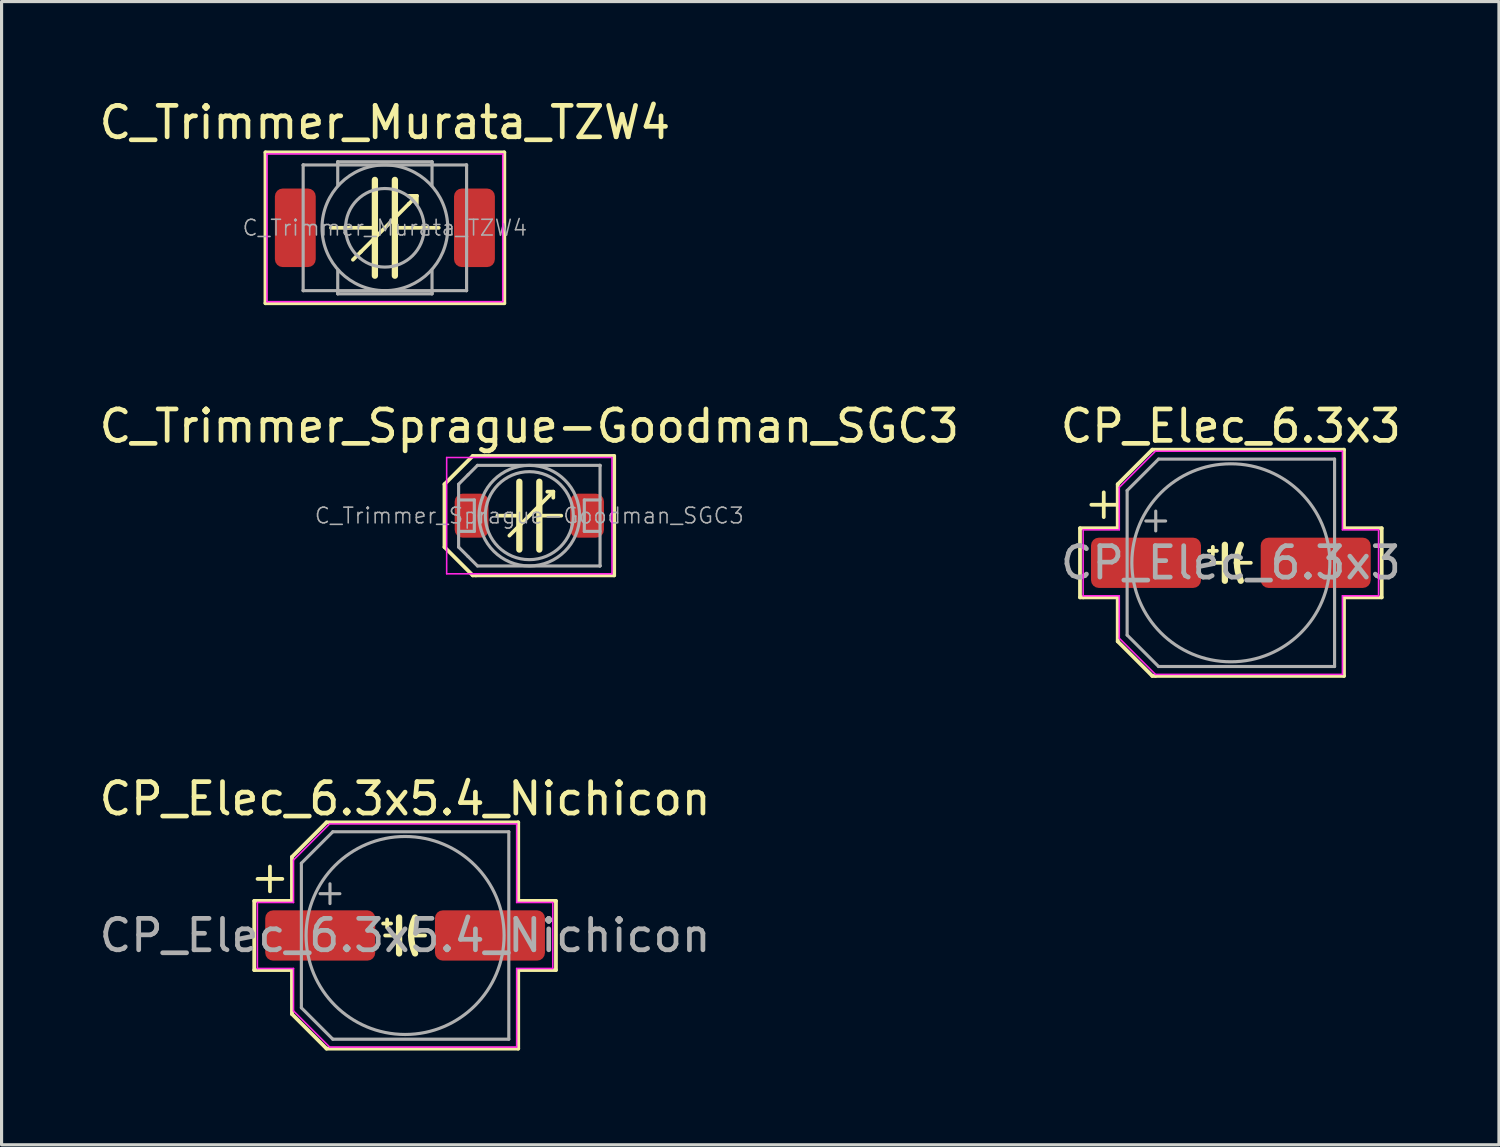
<source format=kicad_pcb>
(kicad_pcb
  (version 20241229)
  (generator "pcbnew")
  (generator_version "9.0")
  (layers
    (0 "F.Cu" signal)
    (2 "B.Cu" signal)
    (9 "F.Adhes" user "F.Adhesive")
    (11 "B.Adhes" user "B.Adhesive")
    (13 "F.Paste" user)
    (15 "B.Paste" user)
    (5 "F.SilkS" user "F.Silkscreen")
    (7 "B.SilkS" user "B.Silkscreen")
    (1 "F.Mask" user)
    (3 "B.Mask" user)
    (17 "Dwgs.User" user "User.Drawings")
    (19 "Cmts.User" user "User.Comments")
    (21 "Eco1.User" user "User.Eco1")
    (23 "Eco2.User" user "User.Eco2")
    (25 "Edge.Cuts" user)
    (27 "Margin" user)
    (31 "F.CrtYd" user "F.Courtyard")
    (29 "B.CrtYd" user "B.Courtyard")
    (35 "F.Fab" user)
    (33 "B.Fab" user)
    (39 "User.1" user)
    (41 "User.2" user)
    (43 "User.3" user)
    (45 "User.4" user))
  (footprint "C_Trimmer_Sprague-Goodman_SGC3"
    (layer "F.Cu")
    (at 13.792 13.357)
    (property "Reference" "C_Trimmer_Sprague-Goodman_SGC3" (at 0 -2.85 0) (layer "F.SilkS") (effects (font (size 1 1) (thickness 0.15))))
    (attr smd)
    (fp_line (start -2.7 -1) (end -1.8 -1.9) (stroke (width 0.12) (type solid)) (layer "F.SilkS"))
    (fp_line (start -2.7 1) (end -2.7 -1) (stroke (width 0.12) (type solid)) (layer "F.SilkS"))
    (fp_line (start -1.8 -1.9) (end 2.7 -1.9) (stroke (width 0.12) (type solid)) (layer "F.SilkS"))
    (fp_line (start -1.8 1.9) (end -2.7 1) (stroke (width 0.12) (type solid)) (layer "F.SilkS"))
    (fp_line (start -1.7 1.9) (end -1.8 1.9) (stroke (width 0.12) (type solid)) (layer "F.SilkS"))
    (fp_line (start -0.635 0.635) (end 0.762 -0.762) (stroke (width 0.12) (type solid)) (layer "F.SilkS"))
    (fp_line (start -0.318 -1.079) (end -0.318 1.079) (stroke (width 0.2) (type solid)) (layer "F.SilkS"))
    (fp_line (start -0.318 0) (end -1.016 0) (stroke (width 0.12) (type solid)) (layer "F.SilkS"))
    (fp_line (start 0.318 -1.079) (end 0.318 1.079) (stroke (width 0.2) (type solid)) (layer "F.SilkS"))
    (fp_line (start 0.762 -0.762) (end 0.572 -0.762) (stroke (width 0.12) (type solid)) (layer "F.SilkS"))
    (fp_line (start 0.762 -0.762) (end 0.762 -0.572) (stroke (width 0.12) (type solid)) (layer "F.SilkS"))
    (fp_line (start 1.016 0) (end 0.318 0) (stroke (width 0.12) (type solid)) (layer "F.SilkS"))
    (fp_line (start 2.7 -1.9) (end 2.7 1.9) (stroke (width 0.12) (type solid)) (layer "F.SilkS"))
    (fp_line (start 2.7 1.9) (end -1.7 1.9) (stroke (width 0.12) (type solid)) (layer "F.SilkS"))
    (fp_line (start -2.63 -1.85) (end -2.63 1.85) (stroke (width 0.05) (type solid)) (layer "F.CrtYd"))
    (fp_line (start -2.63 1.85) (end 2.63 1.85) (stroke (width 0.05) (type solid)) (layer "F.CrtYd"))
    (fp_line (start 2.63 -1.85) (end -2.63 -1.85) (stroke (width 0.05) (type solid)) (layer "F.CrtYd"))
    (fp_line (start 2.63 1.85) (end 2.63 -1.85) (stroke (width 0.05) (type solid)) (layer "F.CrtYd"))
    (fp_line (start -2.25 -1) (end -1.95 -1.3) (stroke (width 0.1) (type solid)) (layer "F.Fab"))
    (fp_line (start -2.25 -0.5) (end -1.75 -0.5) (stroke (width 0.1) (type solid)) (layer "F.Fab"))
    (fp_line (start -2.25 1) (end -2.25 -1) (stroke (width 0.1) (type solid)) (layer "F.Fab"))
    (fp_line (start -1.95 -1.3) (end -1.65 -1.6) (stroke (width 0.1) (type solid)) (layer "F.Fab"))
    (fp_line (start -1.95 1.3) (end -2.25 1) (stroke (width 0.1) (type solid)) (layer "F.Fab"))
    (fp_line (start -1.75 -0.5) (end -1.75 0.5) (stroke (width 0.1) (type solid)) (layer "F.Fab"))
    (fp_line (start -1.75 0.5) (end -2.25 0.5) (stroke (width 0.1) (type solid)) (layer "F.Fab"))
    (fp_line (start -1.65 -1.6) (end 2.24 -1.6) (stroke (width 0.1) (type solid)) (layer "F.Fab"))
    (fp_line (start -1.65 1.6) (end -1.95 1.3) (stroke (width 0.1) (type solid)) (layer "F.Fab"))
    (fp_line (start 1.75 -0.5) (end 1.75 0.5) (stroke (width 0.1) (type solid)) (layer "F.Fab"))
    (fp_line (start 1.75 0.5) (end 2.25 0.5) (stroke (width 0.1) (type solid)) (layer "F.Fab"))
    (fp_line (start 2.24 -1.6) (end 2.25 -1.6) (stroke (width 0.1) (type solid)) (layer "F.Fab"))
    (fp_line (start 2.24 1.6) (end -1.65 1.6) (stroke (width 0.1) (type solid)) (layer "F.Fab"))
    (fp_line (start 2.25 -1.6) (end 2.25 -1.59) (stroke (width 0.1) (type solid)) (layer "F.Fab"))
    (fp_line (start 2.25 -1.59) (end 2.25 1.59) (stroke (width 0.1) (type solid)) (layer "F.Fab"))
    (fp_line (start 2.25 -0.5) (end 1.75 -0.5) (stroke (width 0.1) (type solid)) (layer "F.Fab"))
    (fp_line (start 2.25 1.59) (end 2.25 1.6) (stroke (width 0.1) (type solid)) (layer "F.Fab"))
    (fp_line (start 2.25 1.6) (end 2.24 1.6) (stroke (width 0.1) (type solid)) (layer "F.Fab"))
    (fp_circle (center 0 0) (end 1.4 0) (stroke (width 0.1) (type solid)) (fill no) (layer "F.Fab"))
    (fp_circle (center 0 0) (end 1.6 0) (stroke (width 0.1) (type solid)) (fill no) (layer "F.Fab"))
    (fp_text user "${REFERENCE}" (at 0 0 0) (layer "F.Fab") (effects (font (size 0.5 0.5) (thickness 0.05))))
    (pad "1" smd roundrect (at -1.837 0) (size 1.075 1.4) (layers "F.Cu" "F.Mask" "F.Paste") (roundrect_rratio 0.233))
    (pad "2" smd roundrect (at 1.837 0) (size 1.075 1.4) (layers "F.Cu" "F.Mask" "F.Paste") (roundrect_rratio 0.233)))
  (footprint "CP_Elec_6.3x5.4_Nichicon"
    (layer "F.Cu")
    (at 9.839 26.715)
    (property "Reference" "CP_Elec_6.3x5.4_Nichicon" (at 0 -4.35 0) (layer "F.SilkS") (effects (font (size 1 1) (thickness 0.15))))
    (attr smd)
    (fp_line (start -4.8 -1.1) (end -4.8 1.1) (stroke (width 0.12) (type solid)) (layer "F.SilkS"))
    (fp_line (start -4.8 1.1) (end -3.6 1.1) (stroke (width 0.12) (type solid)) (layer "F.SilkS"))
    (fp_line (start -4.694 -1.8) (end -3.906 -1.8) (stroke (width 0.12) (type solid)) (layer "F.SilkS"))
    (fp_line (start -4.3 -2.194) (end -4.3 -1.406) (stroke (width 0.12) (type solid)) (layer "F.SilkS"))
    (fp_line (start -3.6 -2.5) (end -3.6 -1.1) (stroke (width 0.12) (type solid)) (layer "F.SilkS"))
    (fp_line (start -3.6 -1.1) (end -4.8 -1.1) (stroke (width 0.12) (type solid)) (layer "F.SilkS"))
    (fp_line (start -3.6 1.1) (end -3.6 2.5) (stroke (width 0.12) (type solid)) (layer "F.SilkS"))
    (fp_line (start -3.6 2.5) (end -2.5 3.6) (stroke (width 0.12) (type solid)) (layer "F.SilkS"))
    (fp_line (start -2.5 -3.6) (end -3.6 -2.5) (stroke (width 0.12) (type solid)) (layer "F.SilkS"))
    (fp_line (start -2.5 3.6) (end 3.6 3.6) (stroke (width 0.12) (type solid)) (layer "F.SilkS"))
    (fp_line (start -0.699 -0.381) (end -0.445 -0.381) (stroke (width 0.12) (type solid)) (layer "F.SilkS"))
    (fp_line (start -0.635 0) (end -0.191 0) (stroke (width 0.12) (type solid)) (layer "F.SilkS"))
    (fp_line (start -0.572 -0.508) (end -0.572 -0.254) (stroke (width 0.12) (type solid)) (layer "F.SilkS"))
    (fp_line (start -0.191 -0.572) (end -0.191 0.572) (stroke (width 0.2) (type solid)) (layer "F.SilkS"))
    (fp_line (start 0.635 0) (end 0.191 0) (stroke (width 0.12) (type solid)) (layer "F.SilkS"))
    (fp_line (start 3.6 -3.6) (end -2.5 -3.6) (stroke (width 0.12) (type solid)) (layer "F.SilkS"))
    (fp_line (start 3.6 -1.1) (end 3.6 -3.6) (stroke (width 0.12) (type solid)) (layer "F.SilkS"))
    (fp_line (start 3.6 1.1) (end 4.8 1.1) (stroke (width 0.12) (type solid)) (layer "F.SilkS"))
    (fp_line (start 3.6 3.6) (end 3.6 1.1) (stroke (width 0.12) (type solid)) (layer "F.SilkS"))
    (fp_line (start 4.8 -1.1) (end 3.6 -1.1) (stroke (width 0.12) (type solid)) (layer "F.SilkS"))
    (fp_line (start 4.8 1.1) (end 4.8 -1.1) (stroke (width 0.12) (type solid)) (layer "F.SilkS"))
    (fp_arc (start 0.1905 0) (mid 0.222579 -0.292732) (end 0.3175 -0.5715) (stroke (width 0.2) (type solid)) (layer "F.SilkS"))
    (fp_arc (start 0.3175 0.5715) (mid 0.226611 0.291836) (end 0.1905 0) (stroke (width 0.2) (type solid)) (layer "F.SilkS"))
    (fp_line (start -4.7 -1.05) (end -4.7 1.05) (stroke (width 0.05) (type solid)) (layer "F.CrtYd"))
    (fp_line (start -4.7 1.05) (end -3.55 1.05) (stroke (width 0.05) (type solid)) (layer "F.CrtYd"))
    (fp_line (start -3.55 -2.4) (end -3.55 -1.05) (stroke (width 0.05) (type solid)) (layer "F.CrtYd"))
    (fp_line (start -3.55 -2.4) (end -2.4 -3.55) (stroke (width 0.05) (type solid)) (layer "F.CrtYd"))
    (fp_line (start -3.55 -1.05) (end -4.7 -1.05) (stroke (width 0.05) (type solid)) (layer "F.CrtYd"))
    (fp_line (start -3.55 1.05) (end -3.55 2.4) (stroke (width 0.05) (type solid)) (layer "F.CrtYd"))
    (fp_line (start -3.55 2.4) (end -2.4 3.55) (stroke (width 0.05) (type solid)) (layer "F.CrtYd"))
    (fp_line (start -2.4 -3.55) (end 3.55 -3.55) (stroke (width 0.05) (type solid)) (layer "F.CrtYd"))
    (fp_line (start -2.4 3.55) (end 3.55 3.55) (stroke (width 0.05) (type solid)) (layer "F.CrtYd"))
    (fp_line (start 3.55 -3.55) (end 3.55 -1.05) (stroke (width 0.05) (type solid)) (layer "F.CrtYd"))
    (fp_line (start 3.55 -1.05) (end 4.7 -1.05) (stroke (width 0.05) (type solid)) (layer "F.CrtYd"))
    (fp_line (start 3.55 1.05) (end 3.55 3.55) (stroke (width 0.05) (type solid)) (layer "F.CrtYd"))
    (fp_line (start 4.7 -1.05) (end 4.7 1.05) (stroke (width 0.05) (type solid)) (layer "F.CrtYd"))
    (fp_line (start 4.7 1.05) (end 3.55 1.05) (stroke (width 0.05) (type solid)) (layer "F.CrtYd"))
    (fp_line (start -3.3 -2.3) (end -3.3 2.3) (stroke (width 0.1) (type solid)) (layer "F.Fab"))
    (fp_line (start -3.3 -2.3) (end -2.3 -3.3) (stroke (width 0.1) (type solid)) (layer "F.Fab"))
    (fp_line (start -3.3 2.3) (end -2.3 3.3) (stroke (width 0.1) (type solid)) (layer "F.Fab"))
    (fp_line (start -2.705 -1.33) (end -2.075 -1.33) (stroke (width 0.1) (type solid)) (layer "F.Fab"))
    (fp_line (start -2.39 -1.645) (end -2.39 -1.015) (stroke (width 0.1) (type solid)) (layer "F.Fab"))
    (fp_line (start -2.3 -3.3) (end 3.3 -3.3) (stroke (width 0.1) (type solid)) (layer "F.Fab"))
    (fp_line (start -2.3 3.3) (end 3.3 3.3) (stroke (width 0.1) (type solid)) (layer "F.Fab"))
    (fp_line (start 3.3 -3.3) (end 3.3 3.3) (stroke (width 0.1) (type solid)) (layer "F.Fab"))
    (fp_circle (center 0 0) (end 3.15 0) (stroke (width 0.1) (type solid)) (fill no) (layer "F.Fab"))
    (fp_text user "${REFERENCE}" (at 0 0 0) (layer "F.Fab") (effects (font (size 1 1) (thickness 0.15))))
    (pad "1" smd roundrect (at -2.7 0) (size 3.5 1.6) (layers "F.Cu" "F.Mask" "F.Paste") (roundrect_rratio 0.156))
    (pad "2" smd roundrect (at 2.7 0) (size 3.5 1.6) (layers "F.Cu" "F.Mask" "F.Paste") (roundrect_rratio 0.156)))
  (footprint "C_Trimmer_Murata_TZW4"
    (layer "F.Cu")
    (at 9.196 4.198)
    (property "Reference" "C_Trimmer_Murata_TZW4" (at 0 -3.35 0) (layer "F.SilkS") (effects (font (size 1 1) (thickness 0.15))))
    (attr smd)
    (fp_line (start -3.8 -2.4) (end -3.8 2.4) (stroke (width 0.12) (type solid)) (layer "F.SilkS"))
    (fp_line (start -3.8 2.4) (end 3.8 2.4) (stroke (width 0.12) (type solid)) (layer "F.SilkS"))
    (fp_line (start -0.762 0.762) (end -1.016 1.016) (stroke (width 0.12) (type solid)) (layer "F.SilkS"))
    (fp_line (start -0.318 -1.524) (end -0.318 1.524) (stroke (width 0.2) (type solid)) (layer "F.SilkS"))
    (fp_line (start -0.318 0) (end -1.714 0) (stroke (width 0.12) (type solid)) (layer "F.SilkS"))
    (fp_line (start 0 0) (end -0.762 0.762) (stroke (width 0.12) (type solid)) (layer "F.SilkS"))
    (fp_line (start 0 0) (end 0.762 -0.762) (stroke (width 0.12) (type solid)) (layer "F.SilkS"))
    (fp_line (start 0.318 -1.524) (end 0.318 1.524) (stroke (width 0.2) (type solid)) (layer "F.SilkS"))
    (fp_line (start 0.762 -0.762) (end 1.016 -1.016) (stroke (width 0.12) (type solid)) (layer "F.SilkS"))
    (fp_line (start 1.016 -1.016) (end 0.762 -1.016) (stroke (width 0.12) (type solid)) (layer "F.SilkS"))
    (fp_line (start 1.016 -1.016) (end 1.016 -0.762) (stroke (width 0.12) (type solid)) (layer "F.SilkS"))
    (fp_line (start 1.714 0) (end 0.318 0) (stroke (width 0.12) (type solid)) (layer "F.SilkS"))
    (fp_line (start 3.8 -2.4) (end -3.8 -2.4) (stroke (width 0.12) (type solid)) (layer "F.SilkS"))
    (fp_line (start 3.8 2.4) (end 3.8 -2.4) (stroke (width 0.12) (type solid)) (layer "F.SilkS"))
    (fp_line (start -3.75 -2.35) (end -3.75 2.35) (stroke (width 0.05) (type solid)) (layer "F.CrtYd"))
    (fp_line (start -3.75 2.35) (end 3.75 2.35) (stroke (width 0.05) (type solid)) (layer "F.CrtYd"))
    (fp_line (start 3.75 -2.35) (end -3.75 -2.35) (stroke (width 0.05) (type solid)) (layer "F.CrtYd"))
    (fp_line (start 3.75 2.35) (end 3.75 -2.35) (stroke (width 0.05) (type solid)) (layer "F.CrtYd"))
    (fp_line (start -2.6 -2) (end -2.59 -2) (stroke (width 0.1) (type solid)) (layer "F.Fab"))
    (fp_line (start -2.6 -1.99) (end -2.6 -2) (stroke (width 0.1) (type solid)) (layer "F.Fab"))
    (fp_line (start -2.6 1.99) (end -2.6 -1.99) (stroke (width 0.1) (type solid)) (layer "F.Fab"))
    (fp_line (start -2.6 2) (end -2.6 1.99) (stroke (width 0.1) (type solid)) (layer "F.Fab"))
    (fp_line (start -2.59 -2) (end 2.59 -2) (stroke (width 0.1) (type solid)) (layer "F.Fab"))
    (fp_line (start -2.59 2) (end -2.6 2) (stroke (width 0.1) (type solid)) (layer "F.Fab"))
    (fp_line (start -1.5 -2.1) (end -1.5 -1.35) (stroke (width 0.1) (type solid)) (layer "F.Fab"))
    (fp_line (start -1.5 -2.1) (end 1.5 -2.1) (stroke (width 0.1) (type solid)) (layer "F.Fab"))
    (fp_line (start -1.5 -2) (end -1.5 -2.1) (stroke (width 0.1) (type solid)) (layer "F.Fab"))
    (fp_line (start -1.5 2) (end -1.5 2.1) (stroke (width 0.1) (type solid)) (layer "F.Fab"))
    (fp_line (start -1.5 2.1) (end -1.5 1.35) (stroke (width 0.1) (type solid)) (layer "F.Fab"))
    (fp_line (start -1.5 2.1) (end 1.5 2.1) (stroke (width 0.1) (type solid)) (layer "F.Fab"))
    (fp_line (start 1.5 -2.1) (end 1.5 -2) (stroke (width 0.1) (type solid)) (layer "F.Fab"))
    (fp_line (start 1.5 -2.1) (end 1.5 -1.35) (stroke (width 0.1) (type solid)) (layer "F.Fab"))
    (fp_line (start 1.5 2.1) (end 1.5 1.35) (stroke (width 0.1) (type solid)) (layer "F.Fab"))
    (fp_line (start 1.5 2.1) (end 1.5 2) (stroke (width 0.1) (type solid)) (layer "F.Fab"))
    (fp_line (start 2.59 -2) (end 2.6 -2) (stroke (width 0.1) (type solid)) (layer "F.Fab"))
    (fp_line (start 2.59 2) (end -2.59 2) (stroke (width 0.1) (type solid)) (layer "F.Fab"))
    (fp_line (start 2.6 -2) (end 2.6 -1.99) (stroke (width 0.1) (type solid)) (layer "F.Fab"))
    (fp_line (start 2.6 -1.99) (end 2.6 1.99) (stroke (width 0.1) (type solid)) (layer "F.Fab"))
    (fp_line (start 2.6 1.99) (end 2.6 2) (stroke (width 0.1) (type solid)) (layer "F.Fab"))
    (fp_line (start 2.6 2) (end 2.59 2) (stroke (width 0.1) (type solid)) (layer "F.Fab"))
    (fp_circle (center 0 0) (end 1.25 0) (stroke (width 0.1) (type solid)) (fill no) (layer "F.Fab"))
    (fp_circle (center 0 0) (end 2 0) (stroke (width 0.1) (type solid)) (fill no) (layer "F.Fab"))
    (fp_text user "${REFERENCE}" (at 0 0 0) (layer "F.Fab") (effects (font (size 0.5 0.5) (thickness 0.05))))
    (pad "1" smd roundrect (at -2.85 0) (size 1.3 2.5) (layers "F.Cu" "F.Mask" "F.Paste") (roundrect_rratio 0.192))
    (pad "2" smd roundrect (at 2.85 0) (size 1.3 2.5) (layers "F.Cu" "F.Mask" "F.Paste") (roundrect_rratio 0.192)))
  (footprint "CP_Elec_6.3x3"
    (layer "F.Cu")
    (at 36.113 14.857)
    (property "Reference" "CP_Elec_6.3x3" (at 0 -4.35 0) (layer "F.SilkS") (effects (font (size 1 1) (thickness 0.15))))
    (attr smd)
    (fp_line (start -4.8 -1.1) (end -3.6 -1.1) (stroke (width 0.12) (type solid)) (layer "F.SilkS"))
    (fp_line (start -4.8 1.1) (end -4.8 -1.1) (stroke (width 0.12) (type solid)) (layer "F.SilkS"))
    (fp_line (start -4.7 1.1) (end -4.8 1.1) (stroke (width 0.12) (type solid)) (layer "F.SilkS"))
    (fp_line (start -4.438 -1.847) (end -3.65 -1.847) (stroke (width 0.12) (type solid)) (layer "F.SilkS"))
    (fp_line (start -4.044 -2.241) (end -4.044 -1.454) (stroke (width 0.12) (type solid)) (layer "F.SilkS"))
    (fp_line (start -3.6 -2.5) (end -2.5 -3.6) (stroke (width 0.12) (type solid)) (layer "F.SilkS"))
    (fp_line (start -3.6 -1.1) (end -3.6 -2.5) (stroke (width 0.12) (type solid)) (layer "F.SilkS"))
    (fp_line (start -3.6 1.1) (end -4.7 1.1) (stroke (width 0.12) (type solid)) (layer "F.SilkS"))
    (fp_line (start -3.6 2.5) (end -3.6 1.1) (stroke (width 0.12) (type solid)) (layer "F.SilkS"))
    (fp_line (start -2.5 -3.6) (end 3.6 -3.6) (stroke (width 0.12) (type solid)) (layer "F.SilkS"))
    (fp_line (start -2.5 3.6) (end -3.6 2.5) (stroke (width 0.12) (type solid)) (layer "F.SilkS"))
    (fp_line (start -2.4 3.6) (end -2.5 3.6) (stroke (width 0.12) (type solid)) (layer "F.SilkS"))
    (fp_line (start -0.699 -0.381) (end -0.445 -0.381) (stroke (width 0.12) (type solid)) (layer "F.SilkS"))
    (fp_line (start -0.635 0) (end -0.191 0) (stroke (width 0.12) (type solid)) (layer "F.SilkS"))
    (fp_line (start -0.572 -0.508) (end -0.572 -0.254) (stroke (width 0.12) (type solid)) (layer "F.SilkS"))
    (fp_line (start -0.191 -0.572) (end -0.191 0.572) (stroke (width 0.2) (type solid)) (layer "F.SilkS"))
    (fp_line (start 0.635 0) (end 0.191 0) (stroke (width 0.12) (type solid)) (layer "F.SilkS"))
    (fp_line (start 3.6 -3.6) (end 3.6 -1.1) (stroke (width 0.12) (type solid)) (layer "F.SilkS"))
    (fp_line (start 3.6 -1.1) (end 4.8 -1.1) (stroke (width 0.12) (type solid)) (layer "F.SilkS"))
    (fp_line (start 3.6 1.1) (end 3.6 3.6) (stroke (width 0.12) (type solid)) (layer "F.SilkS"))
    (fp_line (start 3.6 3.6) (end -2.4 3.6) (stroke (width 0.12) (type solid)) (layer "F.SilkS"))
    (fp_line (start 4.8 -1.1) (end 4.8 1.1) (stroke (width 0.12) (type solid)) (layer "F.SilkS"))
    (fp_line (start 4.8 1.1) (end 3.6 1.1) (stroke (width 0.12) (type solid)) (layer "F.SilkS"))
    (fp_arc (start 0.1905 0) (mid 0.222579 -0.292732) (end 0.3175 -0.5715) (stroke (width 0.2) (type solid)) (layer "F.SilkS"))
    (fp_arc (start 0.3175 0.5715) (mid 0.226611 0.291836) (end 0.1905 0) (stroke (width 0.2) (type solid)) (layer "F.SilkS"))
    (fp_line (start -4.7 -1.05) (end -4.7 1.05) (stroke (width 0.05) (type solid)) (layer "F.CrtYd"))
    (fp_line (start -4.7 1.05) (end -3.55 1.05) (stroke (width 0.05) (type solid)) (layer "F.CrtYd"))
    (fp_line (start -3.55 -2.4) (end -3.55 -1.05) (stroke (width 0.05) (type solid)) (layer "F.CrtYd"))
    (fp_line (start -3.55 -2.4) (end -2.4 -3.55) (stroke (width 0.05) (type solid)) (layer "F.CrtYd"))
    (fp_line (start -3.55 -1.05) (end -4.7 -1.05) (stroke (width 0.05) (type solid)) (layer "F.CrtYd"))
    (fp_line (start -3.55 1.05) (end -3.55 2.4) (stroke (width 0.05) (type solid)) (layer "F.CrtYd"))
    (fp_line (start -3.55 2.4) (end -2.4 3.55) (stroke (width 0.05) (type solid)) (layer "F.CrtYd"))
    (fp_line (start -2.4 -3.55) (end 3.55 -3.55) (stroke (width 0.05) (type solid)) (layer "F.CrtYd"))
    (fp_line (start -2.4 3.55) (end 3.55 3.55) (stroke (width 0.05) (type solid)) (layer "F.CrtYd"))
    (fp_line (start 3.55 -3.55) (end 3.55 -1.05) (stroke (width 0.05) (type solid)) (layer "F.CrtYd"))
    (fp_line (start 3.55 -1.05) (end 4.7 -1.05) (stroke (width 0.05) (type solid)) (layer "F.CrtYd"))
    (fp_line (start 3.55 1.05) (end 3.55 3.55) (stroke (width 0.05) (type solid)) (layer "F.CrtYd"))
    (fp_line (start 4.7 -1.05) (end 4.7 1.05) (stroke (width 0.05) (type solid)) (layer "F.CrtYd"))
    (fp_line (start 4.7 1.05) (end 3.55 1.05) (stroke (width 0.05) (type solid)) (layer "F.CrtYd"))
    (fp_line (start -3.3 -2.3) (end -3.3 2.3) (stroke (width 0.1) (type solid)) (layer "F.Fab"))
    (fp_line (start -3.3 -2.3) (end -2.3 -3.3) (stroke (width 0.1) (type solid)) (layer "F.Fab"))
    (fp_line (start -3.3 2.3) (end -2.3 3.3) (stroke (width 0.1) (type solid)) (layer "F.Fab"))
    (fp_line (start -2.705 -1.33) (end -2.075 -1.33) (stroke (width 0.1) (type solid)) (layer "F.Fab"))
    (fp_line (start -2.39 -1.645) (end -2.39 -1.015) (stroke (width 0.1) (type solid)) (layer "F.Fab"))
    (fp_line (start -2.3 -3.3) (end 3.3 -3.3) (stroke (width 0.1) (type solid)) (layer "F.Fab"))
    (fp_line (start -2.3 3.3) (end 3.3 3.3) (stroke (width 0.1) (type solid)) (layer "F.Fab"))
    (fp_line (start 3.3 -3.3) (end 3.3 3.3) (stroke (width 0.1) (type solid)) (layer "F.Fab"))
    (fp_circle (center 0 0) (end 3.15 0) (stroke (width 0.1) (type solid)) (fill no) (layer "F.Fab"))
    (fp_text user "${REFERENCE}" (at 0 0 0) (layer "F.Fab") (effects (font (size 1 1) (thickness 0.15))))
    (pad "1" smd roundrect (at -2.7 0) (size 3.5 1.6) (layers "F.Cu" "F.Mask" "F.Paste") (roundrect_rratio 0.156))
    (pad "2" smd roundrect (at 2.7 0) (size 3.5 1.6) (layers "F.Cu" "F.Mask" "F.Paste") (roundrect_rratio 0.156)))
  (gr_rect
    (start -3 -3)
    (end 44.643 33.375)
    (stroke (width 0.1) (type default))
    (fill no)
    (layer "Edge.Cuts")))
</source>
